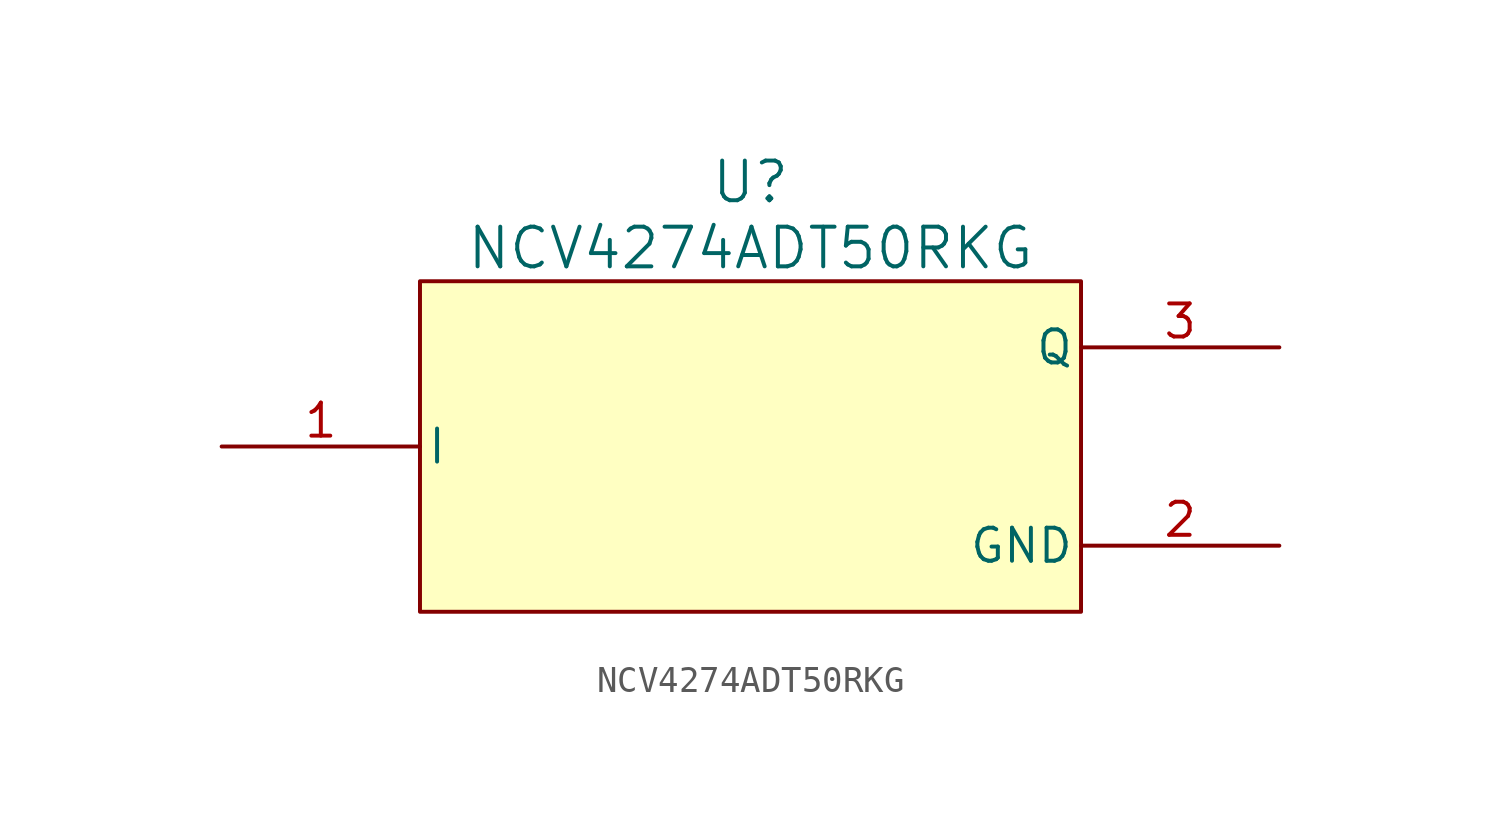
<source format=kicad_sym>
(kicad_symbol_lib
  (version 20241209)
  (generator "kicad_symbol_editor")
  (generator_version "9.0")
  (symbol "NCV4274ADT50RKG"
    (pin_names
      (offset 0.254))
    (property "Reference" "U"
      (at 20.32 10.16 0)
      (effects (font (size 1.524 1.524))))
    (property "Value" "NCV4274ADT50RKG"
      (at 20.32 7.62 0)
      (effects (font (size 1.524 1.524))))
    (symbol "NCV4274ADT50RKG_0_1"
      (pin input line (at 0 0 0) (length 7.62) (name "I" (effects (font (size 1.27 1.27)))) (number "1" (effects (font (size 1.27 1.27)))))
      (pin output line (at 40.64 3.81 180) (length 7.62) (name "Q" (effects (font (size 1.27 1.27)))) (number "3" (effects (font (size 1.27 1.27)))))
      (pin power_in line (at 40.64 -3.81 180) (length 7.62) (name "GND" (effects (font (size 1.27 1.27)))) (number "2" (effects (font (size 1.27 1.27))))))
    (symbol "NCV4274ADT50RKG_1_1"
      (rectangle (start 7.62 6.35) (end 33.02 -6.35) (stroke (width 0) (type solid)) (fill (type color) (color 255 255 194 1))))))
</source>
